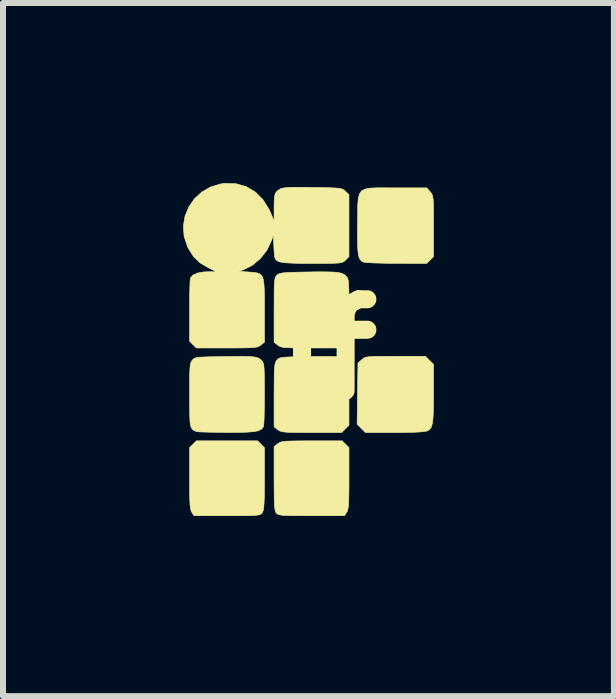
<source format=kicad_pcb>
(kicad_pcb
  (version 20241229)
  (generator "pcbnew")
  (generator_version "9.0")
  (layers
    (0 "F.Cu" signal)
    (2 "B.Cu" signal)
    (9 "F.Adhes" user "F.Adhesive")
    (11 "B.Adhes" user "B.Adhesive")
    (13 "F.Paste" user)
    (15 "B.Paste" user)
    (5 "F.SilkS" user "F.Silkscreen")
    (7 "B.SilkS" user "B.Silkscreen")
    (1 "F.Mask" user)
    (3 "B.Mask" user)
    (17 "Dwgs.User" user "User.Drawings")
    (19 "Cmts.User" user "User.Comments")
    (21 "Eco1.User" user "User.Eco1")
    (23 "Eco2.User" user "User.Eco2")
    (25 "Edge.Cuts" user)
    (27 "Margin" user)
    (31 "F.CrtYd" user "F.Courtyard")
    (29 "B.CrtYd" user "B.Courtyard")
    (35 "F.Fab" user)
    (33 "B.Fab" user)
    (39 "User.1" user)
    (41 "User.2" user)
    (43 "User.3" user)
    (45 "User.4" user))
  (footprint "if"
    (layer "F.Cu")
    (at 2.417 2.77)
    (property "Reference" "if" (at 0 0 0) (layer "F.SilkS") (effects (font (size 1.524 1.524) (thickness 0.3))))
    (attr through_hole)
    (fp_poly (pts (xy 1.755 0.25) (xy 1.755 0.736) (xy 1.754 0.916) (xy 1.751 1.055) (xy 1.745 1.16) (xy 1.735 1.236) (xy 1.72 1.289) (xy 1.699 1.324) (xy 1.671 1.348) (xy 1.647 1.36) (xy 1.602 1.369) (xy 1.514 1.377) (xy 1.386 1.382) (xy 1.223 1.385) (xy 1.106 1.385) (xy 0.62 1.385) (xy 0.551 1.317) (xy 0.482 1.248) (xy 0.489 0.737) (xy 0.496 0.227) (xy 0.561 0.171) (xy 0.584 0.153) (xy 0.607 0.139) (xy 0.638 0.129) (xy 0.683 0.122) (xy 0.748 0.118) (xy 0.841 0.116) (xy 0.967 0.116) (xy 1.123 0.115) (xy 1.62 0.115) (xy 1.755 0.25)) (stroke (width 0.01) (type solid)) (fill yes) (layer "F.SilkS"))
    (fp_poly (pts (xy -1.119 1.581) (xy -1.062 1.637) (xy -1.062 2.153) (xy -1.063 2.326) (xy -1.064 2.459) (xy -1.068 2.558) (xy -1.073 2.628) (xy -1.08 2.676) (xy -1.091 2.707) (xy -1.098 2.72) (xy -1.111 2.736) (xy -1.127 2.748) (xy -1.152 2.757) (xy -1.193 2.763) (xy -1.254 2.767) (xy -1.342 2.77) (xy -1.463 2.771) (xy -1.622 2.771) (xy -1.684 2.771) (xy -2.235 2.771) (xy -2.272 2.714) (xy -2.284 2.689) (xy -2.294 2.652) (xy -2.301 2.597) (xy -2.305 2.519) (xy -2.308 2.411) (xy -2.309 2.267) (xy -2.309 2.147) (xy -2.309 1.637) (xy -2.252 1.581) (xy -2.196 1.524) (xy -1.176 1.524) (xy -1.119 1.581)) (stroke (width 0.01) (type solid)) (fill yes) (layer "F.SilkS"))
    (fp_poly (pts (xy 0.962 -2.691) (xy 1.123 -2.69) (xy 1.643 -2.69) (xy 1.699 -2.625) (xy 1.717 -2.603) (xy 1.731 -2.58) (xy 1.741 -2.549) (xy 1.748 -2.505) (xy 1.752 -2.441) (xy 1.754 -2.35) (xy 1.755 -2.226) (xy 1.755 -2.062) (xy 1.755 -1.545) (xy 1.698 -1.488) (xy 1.642 -1.432) (xy 1.138 -1.433) (xy 0.988 -1.434) (xy 0.851 -1.437) (xy 0.735 -1.441) (xy 0.647 -1.446) (xy 0.595 -1.452) (xy 0.587 -1.454) (xy 0.554 -1.473) (xy 0.529 -1.502) (xy 0.511 -1.547) (xy 0.498 -1.614) (xy 0.491 -1.709) (xy 0.488 -1.836) (xy 0.488 -2.001) (xy 0.489 -2.097) (xy 0.491 -2.274) (xy 0.493 -2.412) (xy 0.502 -2.516) (xy 0.521 -2.59) (xy 0.557 -2.64) (xy 0.613 -2.67) (xy 0.697 -2.686) (xy 0.811 -2.691) (xy 0.962 -2.691)) (stroke (width 0.01) (type solid)) (fill yes) (layer "F.SilkS"))
    (fp_poly (pts (xy 0.29 1.581) (xy 0.346 1.637) (xy 0.346 2.147) (xy 0.346 2.319) (xy 0.344 2.45) (xy 0.341 2.548) (xy 0.336 2.618) (xy 0.328 2.666) (xy 0.318 2.698) (xy 0.309 2.714) (xy 0.272 2.771) (xy -0.276 2.771) (xy -0.45 2.771) (xy -0.584 2.77) (xy -0.684 2.767) (xy -0.754 2.764) (xy -0.802 2.758) (xy -0.833 2.749) (xy -0.853 2.738) (xy -0.862 2.729) (xy -0.875 2.71) (xy -0.884 2.681) (xy -0.891 2.635) (xy -0.896 2.568) (xy -0.899 2.472) (xy -0.9 2.343) (xy -0.901 2.174) (xy -0.901 2.153) (xy -0.901 1.62) (xy -0.84 1.572) (xy -0.817 1.556) (xy -0.791 1.544) (xy -0.754 1.536) (xy -0.701 1.53) (xy -0.625 1.527) (xy -0.519 1.525) (xy -0.377 1.524) (xy -0.273 1.524) (xy 0.233 1.524) (xy 0.29 1.581)) (stroke (width 0.01) (type solid)) (fill yes) (layer "F.SilkS"))
    (fp_poly (pts (xy -0.028 -1.291) (xy 0.079 -1.288) (xy 0.159 -1.281) (xy 0.216 -1.27) (xy 0.257 -1.253) (xy 0.288 -1.231) (xy 0.3 -1.218) (xy 0.315 -1.2) (xy 0.327 -1.176) (xy 0.335 -1.141) (xy 0.34 -1.088) (xy 0.344 -1.012) (xy 0.346 -0.906) (xy 0.346 -0.764) (xy 0.346 -0.653) (xy 0.346 -0.136) (xy 0.233 -0.023) (xy -0.273 -0.023) (xy -0.439 -0.023) (xy -0.566 -0.024) (xy -0.659 -0.027) (xy -0.725 -0.031) (xy -0.771 -0.038) (xy -0.802 -0.048) (xy -0.826 -0.061) (xy -0.84 -0.071) (xy -0.901 -0.119) (xy -0.901 -0.656) (xy -0.9 -0.828) (xy -0.9 -0.959) (xy -0.898 -1.056) (xy -0.894 -1.124) (xy -0.888 -1.171) (xy -0.879 -1.201) (xy -0.868 -1.221) (xy -0.852 -1.237) (xy -0.852 -1.238) (xy -0.831 -1.253) (xy -0.803 -1.264) (xy -0.76 -1.273) (xy -0.696 -1.279) (xy -0.605 -1.283) (xy -0.479 -1.287) (xy -0.352 -1.289) (xy -0.17 -1.292) (xy -0.028 -1.291)) (stroke (width 0.01) (type solid)) (fill yes) (layer "F.SilkS"))
    (fp_poly (pts (xy 0.083 0.119) (xy 0.158 0.124) (xy 0.211 0.133) (xy 0.249 0.147) (xy 0.278 0.165) (xy 0.301 0.185) (xy 0.316 0.203) (xy 0.327 0.226) (xy 0.335 0.26) (xy 0.34 0.312) (xy 0.344 0.389) (xy 0.346 0.495) (xy 0.346 0.637) (xy 0.346 0.747) (xy 0.346 1.264) (xy 0.225 1.385) (xy -0.277 1.385) (xy -0.443 1.385) (xy -0.568 1.384) (xy -0.661 1.382) (xy -0.727 1.377) (xy -0.772 1.37) (xy -0.803 1.36) (xy -0.827 1.347) (xy -0.84 1.338) (xy -0.901 1.29) (xy -0.901 0.763) (xy -0.9 0.592) (xy -0.899 0.462) (xy -0.897 0.365) (xy -0.893 0.295) (xy -0.886 0.248) (xy -0.877 0.215) (xy -0.865 0.192) (xy -0.856 0.182) (xy -0.84 0.163) (xy -0.821 0.15) (xy -0.793 0.14) (xy -0.749 0.133) (xy -0.683 0.128) (xy -0.589 0.124) (xy -0.459 0.122) (xy -0.332 0.12) (xy -0.156 0.118) (xy -0.02 0.117) (xy 0.083 0.119)) (stroke (width 0.01) (type solid)) (fill yes) (layer "F.SilkS"))
    (fp_poly (pts (xy -1.326 0.119) (xy -1.251 0.124) (xy -1.197 0.133) (xy -1.159 0.147) (xy -1.13 0.165) (xy -1.108 0.185) (xy -1.093 0.203) (xy -1.082 0.226) (xy -1.073 0.261) (xy -1.068 0.314) (xy -1.065 0.391) (xy -1.063 0.498) (xy -1.062 0.642) (xy -1.062 0.737) (xy -1.063 0.887) (xy -1.065 1.023) (xy -1.067 1.137) (xy -1.071 1.223) (xy -1.075 1.272) (xy -1.077 1.281) (xy -1.095 1.314) (xy -1.126 1.339) (xy -1.174 1.358) (xy -1.245 1.371) (xy -1.345 1.379) (xy -1.479 1.383) (xy -1.652 1.384) (xy -1.69 1.384) (xy -1.834 1.382) (xy -1.964 1.38) (xy -2.072 1.377) (xy -2.15 1.374) (xy -2.191 1.37) (xy -2.194 1.369) (xy -2.23 1.355) (xy -2.257 1.337) (xy -2.277 1.311) (xy -2.292 1.27) (xy -2.301 1.209) (xy -2.306 1.122) (xy -2.308 1.002) (xy -2.309 0.845) (xy -2.309 0.761) (xy -2.309 0.591) (xy -2.308 0.46) (xy -2.305 0.364) (xy -2.301 0.295) (xy -2.295 0.247) (xy -2.285 0.215) (xy -2.273 0.192) (xy -2.265 0.182) (xy -2.249 0.163) (xy -2.23 0.15) (xy -2.202 0.14) (xy -2.158 0.133) (xy -2.092 0.128) (xy -1.997 0.124) (xy -1.868 0.122) (xy -1.741 0.12) (xy -1.564 0.118) (xy -1.428 0.117) (xy -1.326 0.119)) (stroke (width 0.01) (type solid)) (fill yes) (layer "F.SilkS"))
    (fp_poly (pts (xy -1.534 -2.759) (xy -1.364 -2.71) (xy -1.214 -2.622) (xy -1.086 -2.494) (xy -0.984 -2.331) (xy -0.956 -2.269) (xy -0.902 -2.136) (xy -0.901 -2.361) (xy -0.9 -2.469) (xy -0.894 -2.541) (xy -0.884 -2.588) (xy -0.866 -2.619) (xy -0.855 -2.632) (xy -0.828 -2.655) (xy -0.798 -2.673) (xy -0.757 -2.686) (xy -0.7 -2.694) (xy -0.62 -2.699) (xy -0.511 -2.7) (xy -0.367 -2.699) (xy -0.237 -2.697) (xy -0.079 -2.695) (xy 0.039 -2.692) (xy 0.124 -2.688) (xy 0.184 -2.682) (xy 0.224 -2.674) (xy 0.252 -2.662) (xy 0.274 -2.646) (xy 0.287 -2.634) (xy 0.346 -2.578) (xy 0.346 -1.545) (xy 0.29 -1.488) (xy 0.27 -1.47) (xy 0.249 -1.456) (xy 0.221 -1.446) (xy 0.179 -1.439) (xy 0.116 -1.435) (xy 0.027 -1.433) (xy -0.096 -1.432) (xy -0.258 -1.432) (xy -0.263 -1.432) (xy -0.449 -1.432) (xy -0.593 -1.436) (xy -0.702 -1.442) (xy -0.78 -1.452) (xy -0.833 -1.467) (xy -0.866 -1.488) (xy -0.884 -1.515) (xy -0.889 -1.534) (xy -0.896 -1.581) (xy -0.902 -1.657) (xy -0.906 -1.743) (xy -0.912 -1.905) (xy -0.944 -1.813) (xy -1.021 -1.651) (xy -1.131 -1.511) (xy -1.265 -1.4) (xy -1.389 -1.337) (xy -1.486 -1.3) (xy -1.316 -1.288) (xy -1.24 -1.282) (xy -1.181 -1.273) (xy -1.137 -1.257) (xy -1.106 -1.227) (xy -1.084 -1.178) (xy -1.072 -1.106) (xy -1.065 -1.004) (xy -1.062 -0.868) (xy -1.062 -0.692) (xy -1.062 -0.646) (xy -1.062 -0.119) (xy -1.123 -0.071) (xy -1.145 -0.055) (xy -1.172 -0.043) (xy -1.208 -0.035) (xy -1.261 -0.029) (xy -1.338 -0.026) (xy -1.444 -0.024) (xy -1.585 -0.023) (xy -1.69 -0.023) (xy -2.196 -0.023) (xy -2.309 -0.136) (xy -2.309 -0.644) (xy -2.308 -0.794) (xy -2.307 -0.93) (xy -2.304 -1.044) (xy -2.301 -1.13) (xy -2.296 -1.18) (xy -2.295 -1.188) (xy -2.252 -1.238) (xy -2.172 -1.273) (xy -2.062 -1.291) (xy -2.004 -1.293) (xy -1.859 -1.293) (xy -1.997 -1.36) (xy -2.136 -1.442) (xy -2.242 -1.545) (xy -2.327 -1.679) (xy -2.347 -1.72) (xy -2.401 -1.887) (xy -2.412 -2.056) (xy -2.385 -2.219) (xy -2.323 -2.371) (xy -2.229 -2.507) (xy -2.107 -2.62) (xy -1.96 -2.705) (xy -1.793 -2.756) (xy -1.72 -2.765) (xy -1.534 -2.759)) (stroke (width 0.01) (type solid)) (fill yes) (layer "F.SilkS")))
  (gr_rect
    (start -3 -3)
    (end 7.177 8.546)
    (stroke (width 0.1) (type default))
    (fill no)
    (layer "Edge.Cuts")))
</source>
